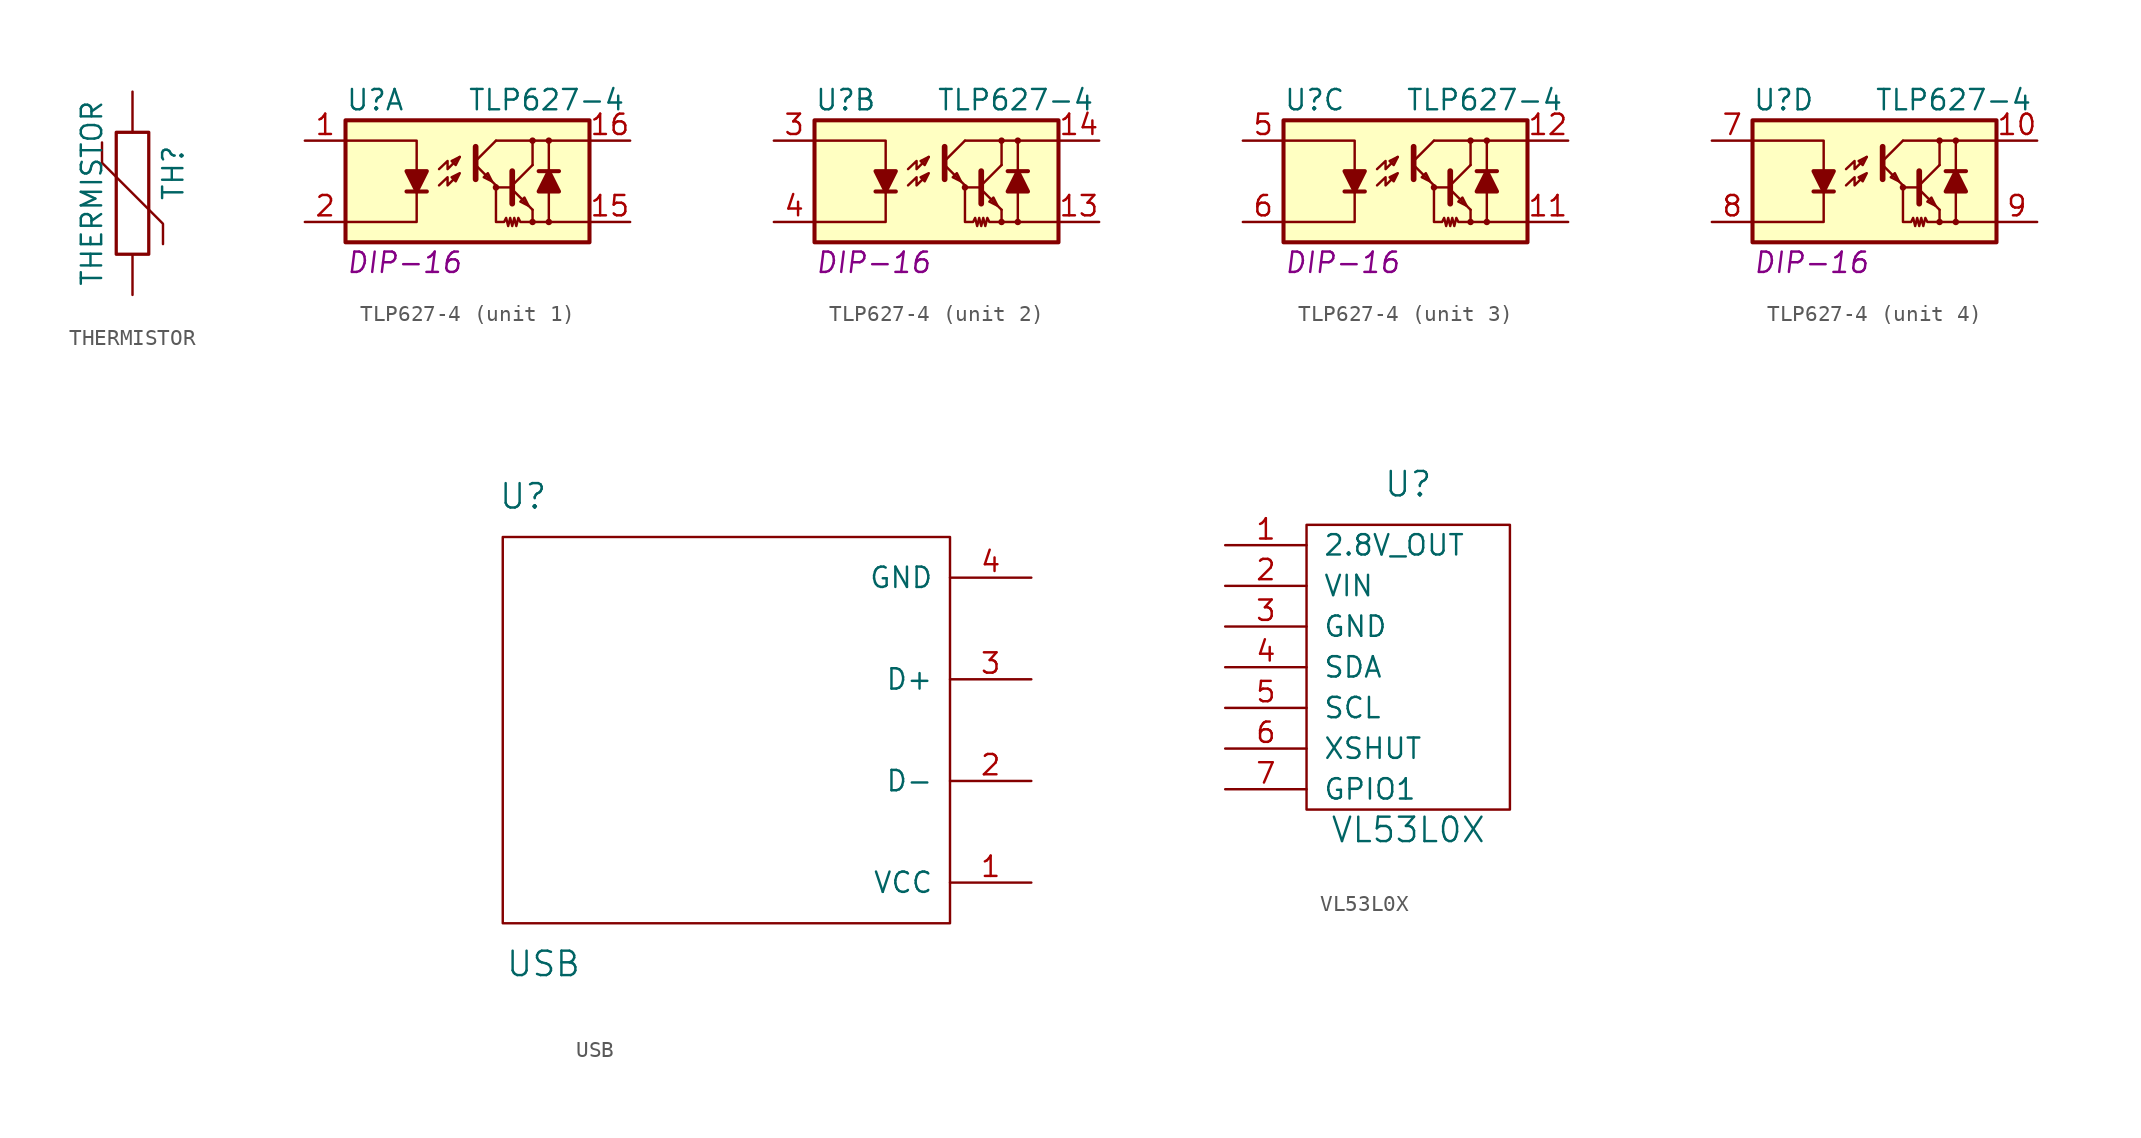
<source format=kicad_sym>
(kicad_symbol_lib
  (version 20211014)
  (generator kicad_symbol_editor)
  (symbol "THERMISTOR"
    (pin_numbers hide)
    (pin_names
      (offset 0))
    (property "Reference" "TH"
      (at 2.54 1.27 90)
      (effects (font (size 1.27 1.27))))
    (property "Value" "THERMISTOR"
      (at -2.54 0 90)
      (effects (font (size 1.27 1.27))))
    (property "Footprint" ""
      (at 0 0 90)
      (effects (font (size 1.524 1.524))))
    (property "Datasheet" ""
      (at 0 0 0)
      (effects (font (size 1.524 1.524))))
    (symbol "THERMISTOR_0_1"
      (rectangle (start -1.016 3.81) (end 1.016 -3.81) (stroke (width 0.203) (type default) (color 0 0 0 0)) (fill (type none)))
      (polyline (pts (xy -1.905 3.175) (xy -1.905 1.905) (xy 1.905 -1.905) (xy 1.905 -3.175) (xy 1.905 -3.175)) (stroke (width 0) (type default) (color 0 0 0 0)) (fill (type none))))
    (symbol "THERMISTOR_1_1"
      (pin passive line (at 0 6.35 270) (length 2.54) (name "~" (effects (font (size 1.524 1.524)))) (number "1" (effects (font (size 1.524 1.524)))))
      (pin passive line (at 0 -6.35 90) (length 2.54) (name "~" (effects (font (size 1.524 1.524)))) (number "2" (effects (font (size 1.524 1.524)))))))
  (symbol "TLP627-4"
    (pin_names
      (offset 1.016))
    (property "Reference" "U"
      (at -7.62 5.08 0)
      (effects (font (size 1.27 1.27)) (justify left)))
    (property "Value" "TLP627-4"
      (at 0 5.08 0)
      (effects (font (size 1.27 1.27)) (justify left)))
    (property "Footprint" "DIP-16"
      (at -7.62 -5.08 0)
      (effects (font (size 1.27 1.27) italic) (justify left)))
    (property "Datasheet" ""
      (at 0 0 0)
      (effects (font (size 1.27 1.27)) (justify left)))
    (symbol "TLP627-4_0_1"
      (rectangle (start -7.62 3.81) (end 7.62 -3.81) (stroke (width 0.254) (type default) (color 0 0 0 0)) (fill (type background)))
      (polyline (pts (xy -3.81 -0.635) (xy -2.54 -0.635)) (stroke (width 0.254) (type default) (color 0 0 0 0)) (fill (type none)))
      (polyline (pts (xy 0.508 1.016) (xy 1.778 -0.254)) (stroke (width 0) (type default) (color 0 0 0 0)) (fill (type none)))
      (polyline (pts (xy 0.508 1.27) (xy 1.778 2.54)) (stroke (width 0) (type default) (color 0 0 0 0)) (fill (type none)))
      (polyline (pts (xy 0.508 2.159) (xy 0.508 0.127)) (stroke (width 0.356) (type default) (color 0 0 0 0)) (fill (type none)))
      (polyline (pts (xy 1.778 2.54) (xy 7.62 2.54)) (stroke (width 0) (type default) (color 0 0 0 0)) (fill (type none)))
      (polyline (pts (xy 2.794 -0.508) (xy 4.064 -1.778)) (stroke (width 0) (type default) (color 0 0 0 0)) (fill (type none)))
      (polyline (pts (xy 2.794 -0.381) (xy 1.778 -0.381)) (stroke (width 0) (type default) (color 0 0 0 0)) (fill (type none)))
      (polyline (pts (xy 2.794 -0.254) (xy 4.064 1.016)) (stroke (width 0) (type default) (color 0 0 0 0)) (fill (type none)))
      (polyline (pts (xy 4.064 -2.54) (xy 7.62 -2.54)) (stroke (width 0) (type default) (color 0 0 0 0)) (fill (type none)))
      (polyline (pts (xy 4.064 -1.778) (xy 4.064 -2.54)) (stroke (width 0) (type default) (color 0 0 0 0)) (fill (type none)))
      (polyline (pts (xy 4.064 1.016) (xy 4.064 2.54)) (stroke (width 0) (type default) (color 0 0 0 0)) (fill (type none)))
      (polyline (pts (xy 4.445 0.635) (xy 5.715 0.635)) (stroke (width 0.254) (type default) (color 0 0 0 0)) (fill (type none)))
      (polyline (pts (xy 5.08 -0.635) (xy 5.08 -2.54)) (stroke (width 0) (type default) (color 0 0 0 0)) (fill (type none)))
      (polyline (pts (xy 5.08 0.635) (xy 5.08 2.54)) (stroke (width 0) (type default) (color 0 0 0 0)) (fill (type none)))
      (polyline (pts (xy -7.62 2.54) (xy -3.175 2.54) (xy -3.175 0.635)) (stroke (width 0) (type default) (color 0 0 0 0)) (fill (type none)))
      (polyline (pts (xy -3.175 -0.635) (xy -3.175 -2.54) (xy -7.62 -2.54)) (stroke (width 0) (type default) (color 0 0 0 0)) (fill (type none)))
      (polyline (pts (xy 2.794 0.635) (xy 2.794 -1.397) (xy 2.794 -1.397)) (stroke (width 0.356) (type default) (color 0 0 0 0)) (fill (type none)))
      (polyline (pts (xy -3.175 -0.635) (xy -3.81 0.635) (xy -2.54 0.635) (xy -3.175 -0.635)) (stroke (width 0.254) (type default) (color 0 0 0 0)) (fill (type outline)))
      (polyline (pts (xy -1.778 0.762) (xy -1.245 1.27) (xy -1.245 0.762) (xy -0.483 1.524)) (stroke (width 0) (type default) (color 0 0 0 0)) (fill (type none)))
      (polyline (pts (xy -0.483 1.524) (xy -0.991 1.27) (xy -0.737 1.016) (xy -0.483 1.524)) (stroke (width 0) (type default) (color 0 0 0 0)) (fill (type none)))
      (polyline (pts (xy 1.524 0) (xy 1.27 0.508) (xy 1.016 0.254) (xy 1.524 0)) (stroke (width 0) (type default) (color 0 0 0 0)) (fill (type none)))
      (polyline (pts (xy 3.81 -1.524) (xy 3.556 -1.016) (xy 3.302 -1.27) (xy 3.81 -1.524)) (stroke (width 0) (type default) (color 0 0 0 0)) (fill (type none)))
      (polyline (pts (xy 5.08 0.635) (xy 4.445 -0.635) (xy 5.715 -0.635) (xy 5.08 0.635)) (stroke (width 0.254) (type default) (color 0 0 0 0)) (fill (type outline)))
      (polyline (pts (xy -1.778 -0.254) (xy -1.245 0.254) (xy -1.245 -0.254) (xy -0.483 0.508) (xy -0.991 0.254) (xy -0.737 0) (xy -0.483 0.508)) (stroke (width 0) (type default) (color 0 0 0 0)) (fill (type none)))
      (polyline (pts (xy 1.778 -0.254) (xy 1.778 -2.54) (xy 2.286 -2.54) (xy 2.413 -2.286) (xy 2.54 -2.794) (xy 2.667 -2.286) (xy 2.794 -2.794) (xy 2.921 -2.286) (xy 3.048 -2.794) (xy 3.175 -2.286) (xy 3.302 -2.54) (xy 4.064 -2.54)) (stroke (width 0) (type default) (color 0 0 0 0)) (fill (type none)))
      (circle (center 1.778 -0.381) (radius 0.127) (stroke (width 0) (type default) (color 0 0 0 0)) (fill (type none)))
      (circle (center 4.064 -2.54) (radius 0.127) (stroke (width 0) (type default) (color 0 0 0 0)) (fill (type none)))
      (circle (center 4.064 2.54) (radius 0.127) (stroke (width 0) (type default) (color 0 0 0 0)) (fill (type none)))
      (circle (center 5.08 -2.54) (radius 0.127) (stroke (width 0) (type default) (color 0 0 0 0)) (fill (type none)))
      (circle (center 5.08 2.54) (radius 0.127) (stroke (width 0) (type default) (color 0 0 0 0)) (fill (type none))))
    (symbol "TLP627-4_1_1"
      (pin passive line (at -10.16 2.54 0) (length 2.54) (name "~" (effects (font (size 1.27 1.27)))) (number "1" (effects (font (size 1.27 1.27)))))
      (pin passive line (at 10.16 -2.54 180) (length 2.54) (name "~" (effects (font (size 1.27 1.27)))) (number "15" (effects (font (size 1.27 1.27)))))
      (pin passive line (at 10.16 2.54 180) (length 2.54) (name "~" (effects (font (size 1.27 1.27)))) (number "16" (effects (font (size 1.27 1.27)))))
      (pin passive line (at -10.16 -2.54 0) (length 2.54) (name "~" (effects (font (size 1.27 1.27)))) (number "2" (effects (font (size 1.27 1.27))))))
    (symbol "TLP627-4_2_1"
      (pin passive line (at 10.16 -2.54 180) (length 2.54) (name "~" (effects (font (size 1.27 1.27)))) (number "13" (effects (font (size 1.27 1.27)))))
      (pin passive line (at 10.16 2.54 180) (length 2.54) (name "~" (effects (font (size 1.27 1.27)))) (number "14" (effects (font (size 1.27 1.27)))))
      (pin passive line (at -10.16 2.54 0) (length 2.54) (name "~" (effects (font (size 1.27 1.27)))) (number "3" (effects (font (size 1.27 1.27)))))
      (pin passive line (at -10.16 -2.54 0) (length 2.54) (name "~" (effects (font (size 1.27 1.27)))) (number "4" (effects (font (size 1.27 1.27))))))
    (symbol "TLP627-4_3_1"
      (pin passive line (at 10.16 -2.54 180) (length 2.54) (name "~" (effects (font (size 1.27 1.27)))) (number "11" (effects (font (size 1.27 1.27)))))
      (pin passive line (at 10.16 2.54 180) (length 2.54) (name "~" (effects (font (size 1.27 1.27)))) (number "12" (effects (font (size 1.27 1.27)))))
      (pin passive line (at -10.16 2.54 0) (length 2.54) (name "~" (effects (font (size 1.27 1.27)))) (number "5" (effects (font (size 1.27 1.27)))))
      (pin passive line (at -10.16 -2.54 0) (length 2.54) (name "~" (effects (font (size 1.27 1.27)))) (number "6" (effects (font (size 1.27 1.27))))))
    (symbol "TLP627-4_4_1"
      (pin passive line (at 10.16 2.54 180) (length 2.54) (name "~" (effects (font (size 1.27 1.27)))) (number "10" (effects (font (size 1.27 1.27)))))
      (pin passive line (at -10.16 2.54 0) (length 2.54) (name "~" (effects (font (size 1.27 1.27)))) (number "7" (effects (font (size 1.27 1.27)))))
      (pin passive line (at -10.16 -2.54 0) (length 2.54) (name "~" (effects (font (size 1.27 1.27)))) (number "8" (effects (font (size 1.27 1.27)))))
      (pin passive line (at 10.16 -2.54 180) (length 2.54) (name "~" (effects (font (size 1.27 1.27)))) (number "9" (effects (font (size 1.27 1.27)))))))
  (symbol "USB"
    (pin_names
      (offset 1.016))
    (property "Reference" "U"
      (at 22.86 3.81 0)
      (effects (font (size 1.524 1.524))))
    (property "Value" "USB"
      (at 24.13 -25.4 0)
      (effects (font (size 1.524 1.524))))
    (property "Footprint" ""
      (at 0 0 0)
      (effects (font (size 1.524 1.524))))
    (property "Datasheet" ""
      (at 0 0 0)
      (effects (font (size 1.524 1.524))))
    (symbol "USB_0_1"
      (rectangle (start 49.53 -22.86) (end 21.59 1.27) (stroke (width 0) (type default) (color 0 0 0 0)) (fill (type none))))
    (symbol "USB_1_1"
      (pin input line (at 54.61 -20.32 180) (length 5.08) (name "VCC" (effects (font (size 1.27 1.27)))) (number "1" (effects (font (size 1.27 1.27)))))
      (pin input line (at 54.61 -13.97 180) (length 5.08) (name "D-" (effects (font (size 1.27 1.27)))) (number "2" (effects (font (size 1.27 1.27)))))
      (pin input line (at 54.61 -7.62 180) (length 5.08) (name "D+" (effects (font (size 1.27 1.27)))) (number "3" (effects (font (size 1.27 1.27)))))
      (pin input line (at 54.61 -1.27 180) (length 5.08) (name "GND" (effects (font (size 1.27 1.27)))) (number "4" (effects (font (size 1.27 1.27)))))))
  (symbol "VL53L0X"
    (pin_names
      (offset 1.016))
    (property "Reference" "U"
      (at 0 11.43 0)
      (effects (font (size 1.524 1.524))))
    (property "Value" "VL53L0X"
      (at 0 -10.16 0)
      (effects (font (size 1.524 1.524))))
    (symbol "VL53L0X_0_1"
      (rectangle (start -6.35 8.89) (end 6.35 -8.89) (stroke (width 0) (type default) (color 0 0 0 0)) (fill (type none))))
    (symbol "VL53L0X_1_1"
      (pin passive line (at -11.43 7.62 0) (length 5.08) (name "2.8V_OUT" (effects (font (size 1.27 1.27)))) (number "1" (effects (font (size 1.27 1.27)))))
      (pin passive line (at -11.43 5.08 0) (length 5.08) (name "VIN" (effects (font (size 1.27 1.27)))) (number "2" (effects (font (size 1.27 1.27)))))
      (pin passive line (at -11.43 2.54 0) (length 5.08) (name "GND" (effects (font (size 1.27 1.27)))) (number "3" (effects (font (size 1.27 1.27)))))
      (pin passive line (at -11.43 0 0) (length 5.08) (name "SDA" (effects (font (size 1.27 1.27)))) (number "4" (effects (font (size 1.27 1.27)))))
      (pin passive line (at -11.43 -2.54 0) (length 5.08) (name "SCL" (effects (font (size 1.27 1.27)))) (number "5" (effects (font (size 1.27 1.27)))))
      (pin passive line (at -11.43 -5.08 0) (length 5.08) (name "XSHUT" (effects (font (size 1.27 1.27)))) (number "6" (effects (font (size 1.27 1.27)))))
      (pin passive line (at -11.43 -7.62 0) (length 5.08) (name "GPIO1" (effects (font (size 1.27 1.27)))) (number "7" (effects (font (size 1.27 1.27))))))))
</source>
